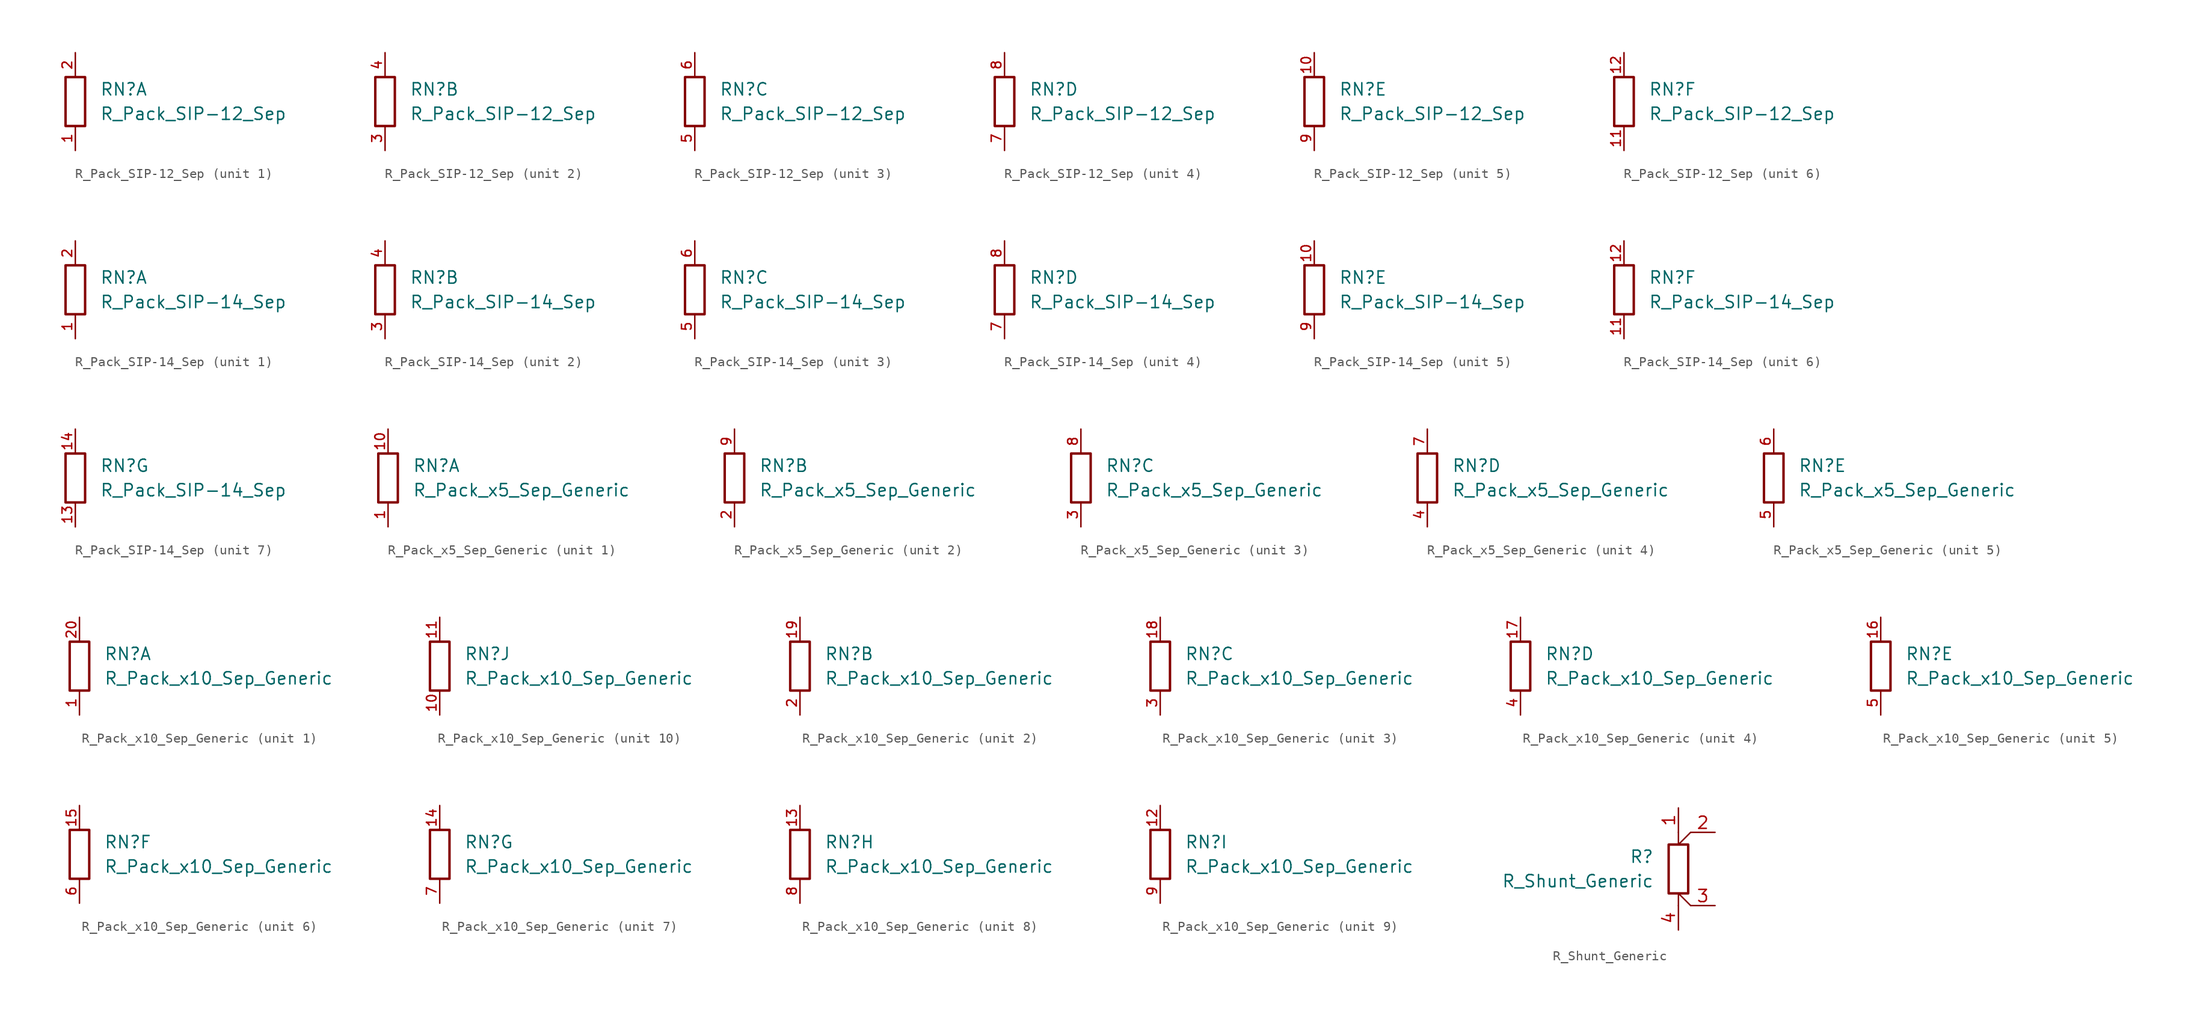
<source format=kicad_sym>
(kicad_symbol_lib
  (version 20211014)
  (generator kicad_symbol_editor)
  (symbol "R_Pack_SIP-12_Sep"
    (pin_names
      (offset 0.002) hide)
    (property "Reference" "RN"
      (at 2.54 1.27 0)
      (effects (font (size 1.27 1.27)) (justify left)))
    (property "Value" "R_Pack_SIP-12_Sep"
      (at 2.54 -1.27 0)
      (effects (font (size 1.27 1.27)) (justify left)))
    (symbol "R_Pack_SIP-12_Sep_0_1"
      (rectangle (start 1.016 2.54) (end -1.016 -2.54) (stroke (width 0.254) (type default) (color 0 0 0 0)) (fill (type none))))
    (symbol "R_Pack_SIP-12_Sep_1_1"
      (pin passive line (at 0 -5.08 90) (length 2.54) (name "R6.1" (effects (font (size 1.27 1.27)))) (number "1" (effects (font (size 1 1)))))
      (pin passive line (at 0 5.08 270) (length 2.54) (name "R6.2" (effects (font (size 1.27 1.27)))) (number "2" (effects (font (size 1 1))))))
    (symbol "R_Pack_SIP-12_Sep_2_1"
      (pin passive line (at 0 -5.08 90) (length 2.54) (name "R2.1" (effects (font (size 1.27 1.27)))) (number "3" (effects (font (size 1 1)))))
      (pin passive line (at 0 5.08 270) (length 2.54) (name "R2.2" (effects (font (size 1.27 1.27)))) (number "4" (effects (font (size 1 1))))))
    (symbol "R_Pack_SIP-12_Sep_3_1"
      (pin passive line (at 0 -5.08 90) (length 2.54) (name "R6.1" (effects (font (size 1.27 1.27)))) (number "5" (effects (font (size 1 1)))))
      (pin passive line (at 0 5.08 270) (length 2.54) (name "R6.2" (effects (font (size 1.27 1.27)))) (number "6" (effects (font (size 1 1))))))
    (symbol "R_Pack_SIP-12_Sep_4_1"
      (pin passive line (at 0 -5.08 90) (length 2.54) (name "R6.1" (effects (font (size 1.27 1.27)))) (number "7" (effects (font (size 1 1)))))
      (pin passive line (at 0 5.08 270) (length 2.54) (name "R6.2" (effects (font (size 1.27 1.27)))) (number "8" (effects (font (size 1 1))))))
    (symbol "R_Pack_SIP-12_Sep_5_1"
      (pin passive line (at 0 5.08 270) (length 2.54) (name "R6.2" (effects (font (size 1.27 1.27)))) (number "10" (effects (font (size 1 1)))))
      (pin passive line (at 0 -5.08 90) (length 2.54) (name "R6.1" (effects (font (size 1.27 1.27)))) (number "9" (effects (font (size 1 1))))))
    (symbol "R_Pack_SIP-12_Sep_6_1"
      (pin passive line (at 0 -5.08 90) (length 2.54) (name "R6.1" (effects (font (size 1.27 1.27)))) (number "11" (effects (font (size 1 1)))))
      (pin passive line (at 0 5.08 270) (length 2.54) (name "R6.2" (effects (font (size 1.27 1.27)))) (number "12" (effects (font (size 1 1)))))))
  (symbol "R_Pack_SIP-14_Sep"
    (pin_names
      (offset 0.002) hide)
    (property "Reference" "RN"
      (at 2.54 1.27 0)
      (effects (font (size 1.27 1.27)) (justify left)))
    (property "Value" "R_Pack_SIP-14_Sep"
      (at 2.54 -1.27 0)
      (effects (font (size 1.27 1.27)) (justify left)))
    (symbol "R_Pack_SIP-14_Sep_0_1"
      (rectangle (start 1.016 2.54) (end -1.016 -2.54) (stroke (width 0.254) (type default) (color 0 0 0 0)) (fill (type none))))
    (symbol "R_Pack_SIP-14_Sep_1_1"
      (pin passive line (at 0 -5.08 90) (length 2.54) (name "R6.1" (effects (font (size 1.27 1.27)))) (number "1" (effects (font (size 1 1)))))
      (pin passive line (at 0 5.08 270) (length 2.54) (name "R6.2" (effects (font (size 1.27 1.27)))) (number "2" (effects (font (size 1 1))))))
    (symbol "R_Pack_SIP-14_Sep_2_1"
      (pin passive line (at 0 -5.08 90) (length 2.54) (name "R2.1" (effects (font (size 1.27 1.27)))) (number "3" (effects (font (size 1 1)))))
      (pin passive line (at 0 5.08 270) (length 2.54) (name "R2.2" (effects (font (size 1.27 1.27)))) (number "4" (effects (font (size 1 1))))))
    (symbol "R_Pack_SIP-14_Sep_3_1"
      (pin passive line (at 0 -5.08 90) (length 2.54) (name "R6.1" (effects (font (size 1.27 1.27)))) (number "5" (effects (font (size 1 1)))))
      (pin passive line (at 0 5.08 270) (length 2.54) (name "R6.2" (effects (font (size 1.27 1.27)))) (number "6" (effects (font (size 1 1))))))
    (symbol "R_Pack_SIP-14_Sep_4_1"
      (pin passive line (at 0 -5.08 90) (length 2.54) (name "R6.1" (effects (font (size 1.27 1.27)))) (number "7" (effects (font (size 1 1)))))
      (pin passive line (at 0 5.08 270) (length 2.54) (name "R6.2" (effects (font (size 1.27 1.27)))) (number "8" (effects (font (size 1 1))))))
    (symbol "R_Pack_SIP-14_Sep_5_1"
      (pin passive line (at 0 5.08 270) (length 2.54) (name "R6.2" (effects (font (size 1.27 1.27)))) (number "10" (effects (font (size 1 1)))))
      (pin passive line (at 0 -5.08 90) (length 2.54) (name "R6.1" (effects (font (size 1.27 1.27)))) (number "9" (effects (font (size 1 1))))))
    (symbol "R_Pack_SIP-14_Sep_6_1"
      (pin passive line (at 0 -5.08 90) (length 2.54) (name "R6.1" (effects (font (size 1.27 1.27)))) (number "11" (effects (font (size 1 1)))))
      (pin passive line (at 0 5.08 270) (length 2.54) (name "R6.2" (effects (font (size 1.27 1.27)))) (number "12" (effects (font (size 1 1))))))
    (symbol "R_Pack_SIP-14_Sep_7_1"
      (pin passive line (at 0 -5.08 90) (length 2.54) (name "R6.1" (effects (font (size 1.27 1.27)))) (number "13" (effects (font (size 1 1)))))
      (pin passive line (at 0 5.08 270) (length 2.54) (name "R6.2" (effects (font (size 1.27 1.27)))) (number "14" (effects (font (size 1 1)))))))
  (symbol "R_Pack_x5_Sep_Generic"
    (pin_names
      (offset 0.002) hide)
    (property "Reference" "RN"
      (at 2.54 1.27 0)
      (effects (font (size 1.27 1.27)) (justify left)))
    (property "Value" "R_Pack_x5_Sep_Generic"
      (at 2.54 -1.27 0)
      (effects (font (size 1.27 1.27)) (justify left)))
    (symbol "R_Pack_x5_Sep_Generic_0_1"
      (rectangle (start 1.016 2.54) (end -1.016 -2.54) (stroke (width 0.254) (type default) (color 0 0 0 0)) (fill (type none))))
    (symbol "R_Pack_x5_Sep_Generic_1_1"
      (pin passive line (at 0 -5.08 90) (length 2.54) (name "R1.1" (effects (font (size 1.27 1.27)))) (number "1" (effects (font (size 1 1)))))
      (pin passive line (at 0 5.08 270) (length 2.54) (name "R1.2" (effects (font (size 1.27 1.27)))) (number "10" (effects (font (size 1 1))))))
    (symbol "R_Pack_x5_Sep_Generic_2_1"
      (pin passive line (at 0 -5.08 90) (length 2.54) (name "R2.1" (effects (font (size 1.27 1.27)))) (number "2" (effects (font (size 1 1)))))
      (pin passive line (at 0 5.08 270) (length 2.54) (name "R2.2" (effects (font (size 1.27 1.27)))) (number "9" (effects (font (size 1 1))))))
    (symbol "R_Pack_x5_Sep_Generic_3_1"
      (pin passive line (at 0 -5.08 90) (length 2.54) (name "R3.1" (effects (font (size 1.27 1.27)))) (number "3" (effects (font (size 1 1)))))
      (pin passive line (at 0 5.08 270) (length 2.54) (name "R3.2" (effects (font (size 1.27 1.27)))) (number "8" (effects (font (size 1 1))))))
    (symbol "R_Pack_x5_Sep_Generic_4_1"
      (pin passive line (at 0 -5.08 90) (length 2.54) (name "R4.1" (effects (font (size 1.27 1.27)))) (number "4" (effects (font (size 1 1)))))
      (pin passive line (at 0 5.08 270) (length 2.54) (name "R4.2" (effects (font (size 1.27 1.27)))) (number "7" (effects (font (size 1 1))))))
    (symbol "R_Pack_x5_Sep_Generic_5_1"
      (pin passive line (at 0 -5.08 90) (length 2.54) (name "R5.1" (effects (font (size 1.27 1.27)))) (number "5" (effects (font (size 1 1)))))
      (pin passive line (at 0 5.08 270) (length 2.54) (name "R5.2" (effects (font (size 1.27 1.27)))) (number "6" (effects (font (size 1 1)))))))
  (symbol "R_Pack_x10_Sep_Generic"
    (pin_names
      (offset 0.002) hide)
    (property "Reference" "RN"
      (at 2.54 1.27 0)
      (effects (font (size 1.27 1.27)) (justify left)))
    (property "Value" "R_Pack_x10_Sep_Generic"
      (at 2.54 -1.27 0)
      (effects (font (size 1.27 1.27)) (justify left)))
    (symbol "R_Pack_x10_Sep_Generic_0_1"
      (rectangle (start 1.016 2.54) (end -1.016 -2.54) (stroke (width 0.254) (type default) (color 0 0 0 0)) (fill (type none))))
    (symbol "R_Pack_x10_Sep_Generic_1_1"
      (pin passive line (at 0 -5.08 90) (length 2.54) (name "R1.1" (effects (font (size 1.27 1.27)))) (number "1" (effects (font (size 1 1)))))
      (pin passive line (at 0 5.08 270) (length 2.54) (name "R1.2" (effects (font (size 1.27 1.27)))) (number "20" (effects (font (size 1 1))))))
    (symbol "R_Pack_x10_Sep_Generic_2_1"
      (pin passive line (at 0 5.08 270) (length 2.54) (name "R2.2" (effects (font (size 1.27 1.27)))) (number "19" (effects (font (size 1 1)))))
      (pin passive line (at 0 -5.08 90) (length 2.54) (name "R2.1" (effects (font (size 1.27 1.27)))) (number "2" (effects (font (size 1 1))))))
    (symbol "R_Pack_x10_Sep_Generic_3_1"
      (pin passive line (at 0 5.08 270) (length 2.54) (name "R3.2" (effects (font (size 1.27 1.27)))) (number "18" (effects (font (size 1 1)))))
      (pin passive line (at 0 -5.08 90) (length 2.54) (name "R3.1" (effects (font (size 1.27 1.27)))) (number "3" (effects (font (size 1 1))))))
    (symbol "R_Pack_x10_Sep_Generic_4_1"
      (pin passive line (at 0 5.08 270) (length 2.54) (name "R4.2" (effects (font (size 1.27 1.27)))) (number "17" (effects (font (size 1 1)))))
      (pin passive line (at 0 -5.08 90) (length 2.54) (name "R4.1" (effects (font (size 1.27 1.27)))) (number "4" (effects (font (size 1 1))))))
    (symbol "R_Pack_x10_Sep_Generic_5_1"
      (pin passive line (at 0 5.08 270) (length 2.54) (name "R5.2" (effects (font (size 1.27 1.27)))) (number "16" (effects (font (size 1 1)))))
      (pin passive line (at 0 -5.08 90) (length 2.54) (name "R5.1" (effects (font (size 1.27 1.27)))) (number "5" (effects (font (size 1 1))))))
    (symbol "R_Pack_x10_Sep_Generic_6_1"
      (pin passive line (at 0 5.08 270) (length 2.54) (name "R6.2" (effects (font (size 1.27 1.27)))) (number "15" (effects (font (size 1 1)))))
      (pin passive line (at 0 -5.08 90) (length 2.54) (name "R6.1" (effects (font (size 1.27 1.27)))) (number "6" (effects (font (size 1 1))))))
    (symbol "R_Pack_x10_Sep_Generic_7_1"
      (pin passive line (at 0 5.08 270) (length 2.54) (name "R7.2" (effects (font (size 1.27 1.27)))) (number "14" (effects (font (size 1 1)))))
      (pin passive line (at 0 -5.08 90) (length 2.54) (name "R7.1" (effects (font (size 1.27 1.27)))) (number "7" (effects (font (size 1 1))))))
    (symbol "R_Pack_x10_Sep_Generic_8_1"
      (pin passive line (at 0 5.08 270) (length 2.54) (name "R8.2" (effects (font (size 1.27 1.27)))) (number "13" (effects (font (size 1 1)))))
      (pin passive line (at 0 -5.08 90) (length 2.54) (name "R8.1" (effects (font (size 1.27 1.27)))) (number "8" (effects (font (size 1 1))))))
    (symbol "R_Pack_x10_Sep_Generic_9_1"
      (pin passive line (at 0 5.08 270) (length 2.54) (name "R9.2" (effects (font (size 1.27 1.27)))) (number "12" (effects (font (size 1 1)))))
      (pin passive line (at 0 -5.08 90) (length 2.54) (name "R9.1" (effects (font (size 1.27 1.27)))) (number "9" (effects (font (size 1 1))))))
    (symbol "R_Pack_x10_Sep_Generic_10_1"
      (pin passive line (at 0 -5.08 90) (length 2.54) (name "R10.1" (effects (font (size 1.27 1.27)))) (number "10" (effects (font (size 1 1)))))
      (pin passive line (at 0 5.08 270) (length 2.54) (name "R10.2" (effects (font (size 1.27 1.27)))) (number "11" (effects (font (size 1 1)))))))
  (symbol "R_Shunt_Generic"
    (pin_names
      (offset 0.002) hide)
    (property "Reference" "R"
      (at -2.54 1.27 0)
      (effects (font (size 1.27 1.27)) (justify right)))
    (property "Value" "R_Shunt_Generic"
      (at -2.54 -1.27 0)
      (effects (font (size 1.27 1.27)) (justify right)))
    (symbol "R_Shunt_Generic_0_1"
      (rectangle (start -1.016 -2.54) (end 1.016 2.54) (stroke (width 0.254) (type default) (color 0 0 0 0)) (fill (type none)))
      (polyline (pts (xy 0 -3.81) (xy 0 -2.54)) (stroke (width 0.152) (type default) (color 0 0 0 0)) (fill (type none)))
      (polyline (pts (xy 0 -2.54) (xy 1.27 -3.81)) (stroke (width 0) (type default) (color 0 0 0 0)) (fill (type none)))
      (polyline (pts (xy 0 2.54) (xy 0 3.81)) (stroke (width 0.152) (type default) (color 0 0 0 0)) (fill (type none)))
      (polyline (pts (xy 0 2.54) (xy 1.27 3.81)) (stroke (width 0) (type default) (color 0 0 0 0)) (fill (type none))))
    (symbol "R_Shunt_Generic_1_1"
      (pin passive line (at 0 6.35 270) (length 2.54) (name "1" (effects (font (size 1.27 1.27)))) (number "1" (effects (font (size 1.27 1.27)))))
      (pin passive line (at 3.81 3.81 180) (length 2.54) (name "2" (effects (font (size 1.27 1.27)))) (number "2" (effects (font (size 1.27 1.27)))))
      (pin passive line (at 3.81 -3.81 180) (length 2.54) (name "3" (effects (font (size 1.27 1.27)))) (number "3" (effects (font (size 1.27 1.27)))))
      (pin passive line (at 0 -6.35 90) (length 2.54) (name "4" (effects (font (size 1.27 1.27)))) (number "4" (effects (font (size 1.27 1.27))))))))
</source>
